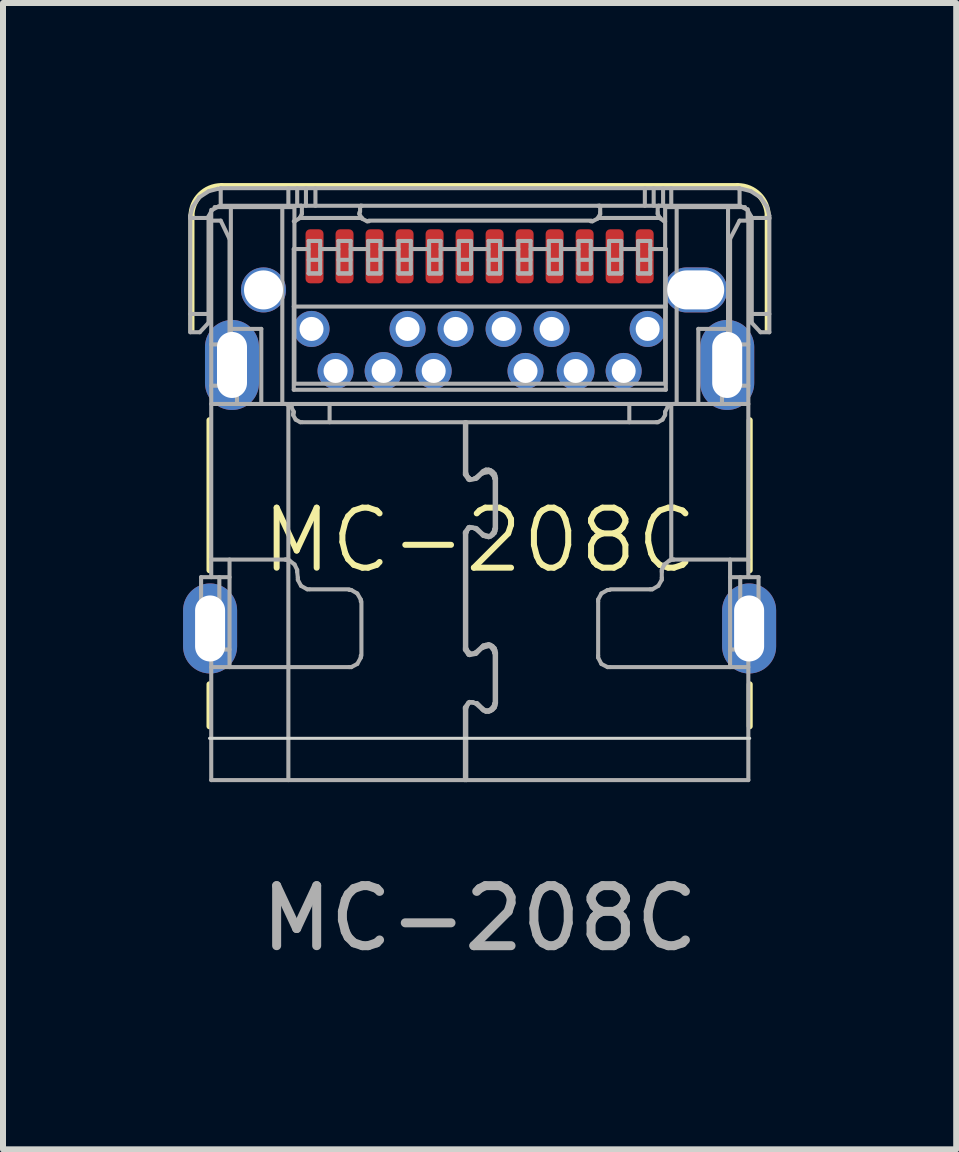
<source format=kicad_pcb>
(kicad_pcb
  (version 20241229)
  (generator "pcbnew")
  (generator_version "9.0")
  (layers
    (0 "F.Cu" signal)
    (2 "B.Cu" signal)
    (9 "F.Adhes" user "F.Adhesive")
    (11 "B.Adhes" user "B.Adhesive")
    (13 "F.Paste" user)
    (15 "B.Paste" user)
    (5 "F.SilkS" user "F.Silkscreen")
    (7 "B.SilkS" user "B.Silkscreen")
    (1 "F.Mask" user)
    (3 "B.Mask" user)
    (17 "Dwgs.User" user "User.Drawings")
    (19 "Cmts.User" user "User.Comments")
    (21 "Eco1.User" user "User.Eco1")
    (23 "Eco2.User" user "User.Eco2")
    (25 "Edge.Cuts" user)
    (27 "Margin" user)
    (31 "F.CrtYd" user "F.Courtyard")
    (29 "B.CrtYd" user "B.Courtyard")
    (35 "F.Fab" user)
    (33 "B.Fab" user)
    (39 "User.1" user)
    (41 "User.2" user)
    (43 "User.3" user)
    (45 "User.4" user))
  (footprint "MC-208C"
    (layer "F.Cu")
    (at 4.94 9.95)
    (property "Reference" "MC-208C" (at 0 -4 0) (unlocked yes) (layer "F.SilkS") (effects (font (size 1 1) (thickness 0.1))))
    (attr smd)
    (fp_line (start -4.8 -7.5) (end -4.8 -9.4) (stroke (width 0.1) (type default)) (layer "F.SilkS"))
    (fp_line (start -4.5 -6) (end -4.5 -3.5) (stroke (width 0.1) (type default)) (layer "F.SilkS"))
    (fp_line (start -4.5 -1.6) (end -4.5 -0.9) (stroke (width 0.1) (type default)) (layer "F.SilkS"))
    (fp_line (start -4.3 -9.9) (end 4.3 -9.9) (stroke (width 0.1) (type default)) (layer "F.SilkS"))
    (fp_line (start 4.5 -6) (end 4.5 -3.5) (stroke (width 0.1) (type default)) (layer "F.SilkS"))
    (fp_line (start 4.5 -1.6) (end 4.5 -0.9) (stroke (width 0.1) (type default)) (layer "F.SilkS"))
    (fp_line (start 4.8 -7.5) (end 4.8 -9.4) (stroke (width 0.1) (type default)) (layer "F.SilkS"))
    (fp_arc (start -4.8 -9.4) (mid -4.653553 -9.753553) (end -4.3 -9.9) (stroke (width 0.1) (type default)) (layer "F.SilkS"))
    (fp_arc (start 4.3 -9.9) (mid 4.653553 -9.753553) (end 4.8 -9.4) (stroke (width 0.1) (type default)) (layer "F.SilkS"))
    (fp_line (start 4.5 -0.7) (end -4.5 -0.7) (stroke (width 0.05) (type default)) (layer "Edge.Cuts"))
    (fp_line (start -4.82 -9.369) (end -4.82 -7.465) (stroke (width 0.068) (type solid)) (layer "F.Fab"))
    (fp_line (start -4.82 -9.369) (end -4.516 -9.369) (stroke (width 0.068) (type solid)) (layer "F.Fab"))
    (fp_line (start -4.82 -9.358) (end -4.82 -9.407) (stroke (width 0.068) (type solid)) (layer "F.Fab"))
    (fp_line (start -4.82 -9.407) (end -4.781 -9.554) (stroke (width 0.068) (type solid)) (layer "F.Fab"))
    (fp_line (start -4.781 -9.554) (end -4.672 -9.712) (stroke (width 0.068) (type solid)) (layer "F.Fab"))
    (fp_line (start -4.672 -9.712) (end -4.511 -9.816) (stroke (width 0.068) (type solid)) (layer "F.Fab"))
    (fp_line (start -4.662 -7.465) (end -4.82 -7.465) (stroke (width 0.068) (type solid)) (layer "F.Fab"))
    (fp_line (start -4.662 -7.465) (end -4.516 -7.622) (stroke (width 0.068) (type solid)) (layer "F.Fab"))
    (fp_line (start -4.64 -3.385) (end -4.64 -2.179) (stroke (width 0.068) (type solid)) (layer "F.Fab"))
    (fp_line (start -4.64 -3.385) (end -4.166 -3.385) (stroke (width 0.068) (type solid)) (layer "F.Fab"))
    (fp_line (start -4.64 -2.179) (end -4.166 -2.179) (stroke (width 0.068) (type solid)) (layer "F.Fab"))
    (fp_line (start -4.516 -9.369) (end -4.516 -7.622) (stroke (width 0.068) (type solid)) (layer "F.Fab"))
    (fp_line (start -4.516 -9.358) (end -4.516 -9.394) (stroke (width 0.068) (type solid)) (layer "F.Fab"))
    (fp_line (start -4.516 -9.394) (end -4.457 -9.502) (stroke (width 0.068) (type solid)) (layer "F.Fab"))
    (fp_line (start -4.516 -7.769) (end -4.82 -7.769) (stroke (width 0.068) (type solid)) (layer "F.Fab"))
    (fp_line (start -4.511 -9.816) (end -4.363 -9.854) (stroke (width 0.068) (type solid)) (layer "F.Fab"))
    (fp_line (start -4.471 -6.574) (end -4.279 -6.574) (stroke (width 0.068) (type solid)) (layer "F.Fab"))
    (fp_line (start -4.471 -0.004) (end -4.471 -2.179) (stroke (width 0.068) (type solid)) (layer "F.Fab"))
    (fp_line (start -4.471 -0.004) (end -0.245 -0.004) (stroke (width 0.068) (type solid)) (layer "F.Fab"))
    (fp_line (start -4.471 -9.324) (end -4.471 -3.385) (stroke (width 0.068) (type solid)) (layer "F.Fab"))
    (fp_line (start -4.471 -9.324) (end -4.313 -9.324) (stroke (width 0.068) (type solid)) (layer "F.Fab"))
    (fp_line (start -4.471 -1.886) (end -2.172 -1.886) (stroke (width 0.068) (type solid)) (layer "F.Fab"))
    (fp_line (start -4.471 -9.504) (end -4.471 -9.324) (stroke (width 0.068) (type solid)) (layer "F.Fab"))
    (fp_line (start -4.471 -6.27) (end -3.716 -6.27) (stroke (width 0.068) (type solid)) (layer "F.Fab"))
    (fp_line (start -4.471 -3.678) (end -3.231 -3.678) (stroke (width 0.068) (type solid)) (layer "F.Fab"))
    (fp_line (start -4.457 -9.502) (end -4.349 -9.561) (stroke (width 0.068) (type solid)) (layer "F.Fab"))
    (fp_line (start -4.414 -9.55) (end -3.085 -9.55) (stroke (width 0.068) (type solid)) (layer "F.Fab"))
    (fp_line (start -4.363 -9.854) (end -4.313 -9.854) (stroke (width 0.068) (type solid)) (layer "F.Fab"))
    (fp_line (start -4.349 -9.561) (end -4.313 -9.561) (stroke (width 0.068) (type solid)) (layer "F.Fab"))
    (fp_line (start -4.336 -3.385) (end -4.336 -2.179) (stroke (width 0.068) (type solid)) (layer "F.Fab"))
    (fp_line (start -4.313 -9.324) (end -4.166 -9.02) (stroke (width 0.068) (type solid)) (layer "F.Fab"))
    (fp_line (start -4.313 -9.865) (end -4.313 -9.572) (stroke (width 0.068) (type solid)) (layer "F.Fab"))
    (fp_line (start -4.313 -9.865) (end 4.331 -9.865) (stroke (width 0.068) (type solid)) (layer "F.Fab"))
    (fp_line (start -4.313 -9.572) (end 4.331 -9.572) (stroke (width 0.068) (type solid)) (layer "F.Fab"))
    (fp_line (start -4.279 -7.127) (end -3.975 -7.127) (stroke (width 0.068) (type solid)) (layer "F.Fab"))
    (fp_line (start -4.279 -6.721) (end -3.975 -6.721) (stroke (width 0.068) (type solid)) (layer "F.Fab"))
    (fp_line (start -4.279 -7.262) (end -4.471 -7.262) (stroke (width 0.068) (type solid)) (layer "F.Fab"))
    (fp_line (start -4.279 -7.262) (end -4.279 -6.574) (stroke (width 0.068) (type solid)) (layer "F.Fab"))
    (fp_line (start -4.279 -6.574) (end -3.975 -6.574) (stroke (width 0.068) (type solid)) (layer "F.Fab"))
    (fp_line (start -4.166 -1.886) (end -4.166 -3.678) (stroke (width 0.068) (type solid)) (layer "F.Fab"))
    (fp_line (start -4.166 -7.262) (end -4.166 -9.02) (stroke (width 0.068) (type solid)) (layer "F.Fab"))
    (fp_line (start -4.144 -9.55) (end -4.144 -7.262) (stroke (width 0.068) (type solid)) (layer "F.Fab"))
    (fp_line (start -4.144 -7.521) (end -3.637 -7.521) (stroke (width 0.068) (type solid)) (layer "F.Fab"))
    (fp_line (start -4.042 -6.27) (end -4.042 -6.574) (stroke (width 0.068) (type solid)) (layer "F.Fab"))
    (fp_line (start -3.975 -7.262) (end -4.279 -7.262) (stroke (width 0.068) (type solid)) (layer "F.Fab"))
    (fp_line (start -3.975 -7.262) (end -3.975 -6.574) (stroke (width 0.068) (type solid)) (layer "F.Fab"))
    (fp_line (start -3.738 -8.175) (end -3.738 -8.197) (stroke (width 0.068) (type solid)) (layer "F.Fab"))
    (fp_line (start -3.738 -8.15) (end -3.738 -8.175) (stroke (width 0.068) (type solid)) (layer "F.Fab"))
    (fp_line (start -3.738 -8.197) (end -3.702 -8.262) (stroke (width 0.068) (type solid)) (layer "F.Fab"))
    (fp_line (start -3.716 -6.27) (end -3.287 -6.27) (stroke (width 0.068) (type solid)) (layer "F.Fab"))
    (fp_line (start -3.702 -8.262) (end -3.636 -8.299) (stroke (width 0.068) (type solid)) (layer "F.Fab"))
    (fp_line (start -3.702 -8.077) (end -3.738 -8.15) (stroke (width 0.068) (type solid)) (layer "F.Fab"))
    (fp_line (start -3.637 -6.27) (end -3.637 -7.521) (stroke (width 0.068) (type solid)) (layer "F.Fab"))
    (fp_line (start -3.636 -8.299) (end -3.614 -8.299) (stroke (width 0.068) (type solid)) (layer "F.Fab"))
    (fp_line (start -3.636 -8.04) (end -3.702 -8.077) (stroke (width 0.068) (type solid)) (layer "F.Fab"))
    (fp_line (start -3.614 -8.299) (end -3.59 -8.299) (stroke (width 0.068) (type solid)) (layer "F.Fab"))
    (fp_line (start -3.614 -8.04) (end -3.636 -8.04) (stroke (width 0.068) (type solid)) (layer "F.Fab"))
    (fp_line (start -3.59 -8.04) (end -3.614 -8.04) (stroke (width 0.068) (type solid)) (layer "F.Fab"))
    (fp_line (start -3.59 -8.299) (end -3.517 -8.262) (stroke (width 0.068) (type solid)) (layer "F.Fab"))
    (fp_line (start -3.517 -8.262) (end -3.479 -8.197) (stroke (width 0.068) (type solid)) (layer "F.Fab"))
    (fp_line (start -3.517 -8.077) (end -3.59 -8.04) (stroke (width 0.068) (type solid)) (layer "F.Fab"))
    (fp_line (start -3.479 -8.197) (end -3.479 -8.175) (stroke (width 0.068) (type solid)) (layer "F.Fab"))
    (fp_line (start -3.479 -8.175) (end -3.479 -8.15) (stroke (width 0.068) (type solid)) (layer "F.Fab"))
    (fp_line (start -3.479 -8.15) (end -3.517 -8.077) (stroke (width 0.068) (type solid)) (layer "F.Fab"))
    (fp_line (start -3.287 -9.55) (end -3.287 -6.27) (stroke (width 0.068) (type solid)) (layer "F.Fab"))
    (fp_line (start -3.287 -6.27) (end -3.242 -6.27) (stroke (width 0.068) (type solid)) (layer "F.Fab"))
    (fp_line (start -3.254 -6.27) (end -3.226 -6.27) (stroke (width 0.068) (type solid)) (layer "F.Fab"))
    (fp_line (start -3.242 -6.27) (end 3.249 -6.27) (stroke (width 0.068) (type solid)) (layer "F.Fab"))
    (fp_line (start -3.242 -3.678) (end -3.228 -3.678) (stroke (width 0.068) (type solid)) (layer "F.Fab"))
    (fp_line (start -3.228 -3.678) (end -3.192 -3.67) (stroke (width 0.068) (type solid)) (layer "F.Fab"))
    (fp_line (start -3.226 -6.27) (end -3.141 -6.225) (stroke (width 0.068) (type solid)) (layer "F.Fab"))
    (fp_line (start -3.192 -3.67) (end -3.186 -3.667) (stroke (width 0.068) (type solid)) (layer "F.Fab"))
    (fp_line (start -3.186 -1.886) (end -3.186 -3.678) (stroke (width 0.068) (type solid)) (layer "F.Fab"))
    (fp_line (start -3.186 -0.004) (end -3.186 -1.886) (stroke (width 0.068) (type solid)) (layer "F.Fab"))
    (fp_line (start -3.186 -9.865) (end -3.186 -9.572) (stroke (width 0.068) (type solid)) (layer "F.Fab"))
    (fp_line (start -3.186 -3.678) (end -3.186 -6.259) (stroke (width 0.068) (type solid)) (layer "F.Fab"))
    (fp_line (start -3.186 -3.667) (end -3.167 -3.661) (stroke (width 0.068) (type solid)) (layer "F.Fab"))
    (fp_line (start -3.167 -3.661) (end -3.083 -3.596) (stroke (width 0.068) (type solid)) (layer "F.Fab"))
    (fp_line (start -3.141 -6.225) (end -3.096 -6.14) (stroke (width 0.068) (type solid)) (layer "F.Fab"))
    (fp_line (start -3.13 -6.27) (end -3.13 -6.225) (stroke (width 0.068) (type solid)) (layer "F.Fab"))
    (fp_line (start -3.107 -6.087) (end -3.107 -6.112) (stroke (width 0.068) (type solid)) (layer "F.Fab"))
    (fp_line (start -3.096 -8.851) (end -2.848 -8.851) (stroke (width 0.068) (type solid)) (layer "F.Fab"))
    (fp_line (start -3.096 -6.507) (end -3.096 -8.851) (stroke (width 0.068) (type solid)) (layer "F.Fab"))
    (fp_line (start -3.096 -6.14) (end -3.096 -6.112) (stroke (width 0.068) (type solid)) (layer "F.Fab"))
    (fp_line (start -3.085 -9.55) (end -3.085 -6.608) (stroke (width 0.068) (type solid)) (layer "F.Fab"))
    (fp_line (start -3.083 -3.596) (end -3.039 -3.505) (stroke (width 0.068) (type solid)) (layer "F.Fab"))
    (fp_line (start -3.076 -9.315) (end -3.096 -9.313) (stroke (width 0.068) (type solid)) (layer "F.Fab"))
    (fp_line (start -3.064 -6.009) (end -3.107 -6.087) (stroke (width 0.068) (type solid)) (layer "F.Fab"))
    (fp_line (start -3.039 -3.505) (end -3.039 -3.475) (stroke (width 0.068) (type solid)) (layer "F.Fab"))
    (fp_line (start -3.039 -9.572) (end -3.039 -9.865) (stroke (width 0.068) (type solid)) (layer "F.Fab"))
    (fp_line (start -3.028 -3.374) (end -3.039 -3.475) (stroke (width 0.068) (type solid)) (layer "F.Fab"))
    (fp_line (start -3.028 -3.34) (end -3.028 -3.374) (stroke (width 0.068) (type solid)) (layer "F.Fab"))
    (fp_line (start -2.999 -9.365) (end -3.076 -9.315) (stroke (width 0.068) (type solid)) (layer "F.Fab"))
    (fp_line (start -2.994 -9.369) (end -1.958 -9.369) (stroke (width 0.068) (type solid)) (layer "F.Fab"))
    (fp_line (start -2.987 -5.966) (end -3.064 -6.009) (stroke (width 0.068) (type solid)) (layer "F.Fab"))
    (fp_line (start -2.975 -3.24) (end -3.028 -3.34) (stroke (width 0.068) (type solid)) (layer "F.Fab"))
    (fp_line (start -2.972 -9.572) (end -2.994 -9.572) (stroke (width 0.068) (type solid)) (layer "F.Fab"))
    (fp_line (start -2.961 -9.561) (end -2.972 -9.572) (stroke (width 0.068) (type solid)) (layer "F.Fab"))
    (fp_line (start -2.961 -9.55) (end -2.961 -9.561) (stroke (width 0.068) (type solid)) (layer "F.Fab"))
    (fp_line (start -2.961 -9.55) (end -2.961 -9.471) (stroke (width 0.068) (type solid)) (layer "F.Fab"))
    (fp_line (start -2.961 -9.46) (end -2.961 -9.436) (stroke (width 0.068) (type solid)) (layer "F.Fab"))
    (fp_line (start -2.961 -9.436) (end -2.999 -9.365) (stroke (width 0.068) (type solid)) (layer "F.Fab"))
    (fp_line (start -2.961 -5.966) (end -2.987 -5.966) (stroke (width 0.068) (type solid)) (layer "F.Fab"))
    (fp_line (start -2.95 -5.966) (end -0.245 -5.966) (stroke (width 0.068) (type solid)) (layer "F.Fab"))
    (fp_line (start -2.893 -9.572) (end -2.893 -9.865) (stroke (width 0.068) (type solid)) (layer "F.Fab"))
    (fp_line (start -2.893 -7.577) (end -2.893 -7.453) (stroke (width 0.068) (type solid)) (layer "F.Fab"))
    (fp_line (start -2.893 -7.577) (end -2.702 -7.577) (stroke (width 0.068) (type solid)) (layer "F.Fab"))
    (fp_line (start -2.871 -3.182) (end -2.975 -3.24) (stroke (width 0.068) (type solid)) (layer "F.Fab"))
    (fp_line (start -2.848 -8.671) (end -2.656 -8.671) (stroke (width 0.068) (type solid)) (layer "F.Fab"))
    (fp_line (start -2.848 -8.986) (end -2.848 -8.445) (stroke (width 0.068) (type solid)) (layer "F.Fab"))
    (fp_line (start -2.848 -8.986) (end -2.656 -8.986) (stroke (width 0.068) (type solid)) (layer "F.Fab"))
    (fp_line (start -2.837 -3.182) (end -2.871 -3.182) (stroke (width 0.068) (type solid)) (layer "F.Fab"))
    (fp_line (start -2.735 -9.865) (end -2.735 -9.572) (stroke (width 0.068) (type solid)) (layer "F.Fab"))
    (fp_line (start -2.702 -7.577) (end -2.702 -7.453) (stroke (width 0.068) (type solid)) (layer "F.Fab"))
    (fp_line (start -2.702 -7.453) (end -2.893 -7.453) (stroke (width 0.068) (type solid)) (layer "F.Fab"))
    (fp_line (start -2.656 -8.986) (end -2.656 -8.445) (stroke (width 0.068) (type solid)) (layer "F.Fab"))
    (fp_line (start -2.656 -8.851) (end -2.352 -8.851) (stroke (width 0.068) (type solid)) (layer "F.Fab"))
    (fp_line (start -2.656 -8.445) (end -2.848 -8.445) (stroke (width 0.068) (type solid)) (layer "F.Fab"))
    (fp_line (start -2.656 -8.445) (end -2.848 -8.445) (stroke (width 0.068) (type solid)) (layer "F.Fab"))
    (fp_line (start -2.499 -6.879) (end -2.499 -6.755) (stroke (width 0.068) (type solid)) (layer "F.Fab"))
    (fp_line (start -2.499 -6.879) (end -2.307 -6.879) (stroke (width 0.068) (type solid)) (layer "F.Fab"))
    (fp_line (start -2.499 -6.27) (end -2.499 -5.966) (stroke (width 0.068) (type solid)) (layer "F.Fab"))
    (fp_line (start -2.352 -8.671) (end -2.149 -8.671) (stroke (width 0.068) (type solid)) (layer "F.Fab"))
    (fp_line (start -2.352 -8.986) (end -2.352 -8.445) (stroke (width 0.068) (type solid)) (layer "F.Fab"))
    (fp_line (start -2.352 -8.986) (end -2.149 -8.986) (stroke (width 0.068) (type solid)) (layer "F.Fab"))
    (fp_line (start -2.307 -6.879) (end -2.307 -6.755) (stroke (width 0.068) (type solid)) (layer "F.Fab"))
    (fp_line (start -2.307 -6.755) (end -2.499 -6.755) (stroke (width 0.068) (type solid)) (layer "F.Fab"))
    (fp_line (start -2.172 -3.171) (end -2.138 -3.171) (stroke (width 0.068) (type solid)) (layer "F.Fab"))
    (fp_line (start -2.172 -3.182) (end -2.826 -3.182) (stroke (width 0.068) (type solid)) (layer "F.Fab"))
    (fp_line (start -2.149 -8.851) (end -1.856 -8.851) (stroke (width 0.068) (type solid)) (layer "F.Fab"))
    (fp_line (start -2.149 -8.986) (end -2.149 -8.445) (stroke (width 0.068) (type solid)) (layer "F.Fab"))
    (fp_line (start -2.149 -8.445) (end -2.352 -8.445) (stroke (width 0.068) (type solid)) (layer "F.Fab"))
    (fp_line (start -2.149 -8.445) (end -2.352 -8.445) (stroke (width 0.068) (type solid)) (layer "F.Fab"))
    (fp_line (start -2.138 -1.886) (end -2.172 -1.886) (stroke (width 0.068) (type solid)) (layer "F.Fab"))
    (fp_line (start -2.138 -3.171) (end -2.038 -3.113) (stroke (width 0.068) (type solid)) (layer "F.Fab"))
    (fp_line (start -2.038 -3.113) (end -1.98 -3.013) (stroke (width 0.068) (type solid)) (layer "F.Fab"))
    (fp_line (start -2.038 -1.939) (end -2.138 -1.886) (stroke (width 0.068) (type solid)) (layer "F.Fab"))
    (fp_line (start -2.003 -9.434) (end -2.003 -9.46) (stroke (width 0.068) (type solid)) (layer "F.Fab"))
    (fp_line (start -1.991 -9.561) (end -1.991 -9.55) (stroke (width 0.068) (type solid)) (layer "F.Fab"))
    (fp_line (start -1.991 -9.55) (end -1.991 -9.471) (stroke (width 0.068) (type solid)) (layer "F.Fab"))
    (fp_line (start -1.98 -3.013) (end -1.98 -2.98) (stroke (width 0.068) (type solid)) (layer "F.Fab"))
    (fp_line (start -1.98 -9.572) (end -1.991 -9.561) (stroke (width 0.068) (type solid)) (layer "F.Fab"))
    (fp_line (start -1.98 -2.078) (end -1.98 -2.043) (stroke (width 0.068) (type solid)) (layer "F.Fab"))
    (fp_line (start -1.98 -2.043) (end -2.038 -1.939) (stroke (width 0.068) (type solid)) (layer "F.Fab"))
    (fp_line (start -1.969 -2.078) (end -1.969 -2.98) (stroke (width 0.068) (type solid)) (layer "F.Fab"))
    (fp_line (start -1.958 -9.357) (end -2.003 -9.434) (stroke (width 0.068) (type solid)) (layer "F.Fab"))
    (fp_line (start -1.958 -9.572) (end -1.98 -9.572) (stroke (width 0.068) (type solid)) (layer "F.Fab"))
    (fp_line (start -1.873 -9.313) (end -1.958 -9.357) (stroke (width 0.068) (type solid)) (layer "F.Fab"))
    (fp_line (start -1.856 -8.671) (end -1.653 -8.671) (stroke (width 0.068) (type solid)) (layer "F.Fab"))
    (fp_line (start -1.856 -8.986) (end -1.856 -8.445) (stroke (width 0.068) (type solid)) (layer "F.Fab"))
    (fp_line (start -1.856 -8.986) (end -1.653 -8.986) (stroke (width 0.068) (type solid)) (layer "F.Fab"))
    (fp_line (start -1.845 -9.313) (end -1.873 -9.313) (stroke (width 0.068) (type solid)) (layer "F.Fab"))
    (fp_line (start -1.699 -6.879) (end -1.699 -6.755) (stroke (width 0.068) (type solid)) (layer "F.Fab"))
    (fp_line (start -1.699 -6.879) (end -1.496 -6.879) (stroke (width 0.068) (type solid)) (layer "F.Fab"))
    (fp_line (start -1.653 -8.986) (end -1.653 -8.445) (stroke (width 0.068) (type solid)) (layer "F.Fab"))
    (fp_line (start -1.653 -8.851) (end -1.349 -8.851) (stroke (width 0.068) (type solid)) (layer "F.Fab"))
    (fp_line (start -1.653 -8.445) (end -1.856 -8.445) (stroke (width 0.068) (type solid)) (layer "F.Fab"))
    (fp_line (start -1.653 -8.445) (end -1.856 -8.445) (stroke (width 0.068) (type solid)) (layer "F.Fab"))
    (fp_line (start -1.496 -6.755) (end -1.699 -6.755) (stroke (width 0.068) (type solid)) (layer "F.Fab"))
    (fp_line (start -1.496 -6.879) (end -1.496 -6.755) (stroke (width 0.068) (type solid)) (layer "F.Fab"))
    (fp_line (start -1.349 -8.671) (end -1.146 -8.671) (stroke (width 0.068) (type solid)) (layer "F.Fab"))
    (fp_line (start -1.349 -8.986) (end -1.349 -8.445) (stroke (width 0.068) (type solid)) (layer "F.Fab"))
    (fp_line (start -1.349 -8.986) (end -1.146 -8.986) (stroke (width 0.068) (type solid)) (layer "F.Fab"))
    (fp_line (start -1.304 -7.577) (end -1.304 -7.453) (stroke (width 0.068) (type solid)) (layer "F.Fab"))
    (fp_line (start -1.304 -7.577) (end -1.101 -7.577) (stroke (width 0.068) (type solid)) (layer "F.Fab"))
    (fp_line (start -1.146 -8.986) (end -1.146 -8.445) (stroke (width 0.068) (type solid)) (layer "F.Fab"))
    (fp_line (start -1.146 -8.851) (end -0.842 -8.851) (stroke (width 0.068) (type solid)) (layer "F.Fab"))
    (fp_line (start -1.146 -8.445) (end -1.349 -8.445) (stroke (width 0.068) (type solid)) (layer "F.Fab"))
    (fp_line (start -1.146 -8.445) (end -1.349 -8.445) (stroke (width 0.068) (type solid)) (layer "F.Fab"))
    (fp_line (start -1.101 -7.453) (end -1.304 -7.453) (stroke (width 0.068) (type solid)) (layer "F.Fab"))
    (fp_line (start -1.101 -7.577) (end -1.101 -7.453) (stroke (width 0.068) (type solid)) (layer "F.Fab"))
    (fp_line (start -0.898 -6.879) (end -0.898 -6.755) (stroke (width 0.068) (type solid)) (layer "F.Fab"))
    (fp_line (start -0.898 -6.879) (end -0.696 -6.879) (stroke (width 0.068) (type solid)) (layer "F.Fab"))
    (fp_line (start -0.842 -8.671) (end -0.65 -8.671) (stroke (width 0.068) (type solid)) (layer "F.Fab"))
    (fp_line (start -0.842 -8.986) (end -0.842 -8.445) (stroke (width 0.068) (type solid)) (layer "F.Fab"))
    (fp_line (start -0.842 -8.986) (end -0.65 -8.986) (stroke (width 0.068) (type solid)) (layer "F.Fab"))
    (fp_line (start -0.696 -6.755) (end -0.898 -6.755) (stroke (width 0.068) (type solid)) (layer "F.Fab"))
    (fp_line (start -0.696 -6.879) (end -0.696 -6.755) (stroke (width 0.068) (type solid)) (layer "F.Fab"))
    (fp_line (start -0.65 -8.986) (end -0.65 -8.445) (stroke (width 0.068) (type solid)) (layer "F.Fab"))
    (fp_line (start -0.65 -8.851) (end -0.346 -8.851) (stroke (width 0.068) (type solid)) (layer "F.Fab"))
    (fp_line (start -0.65 -8.445) (end -0.842 -8.445) (stroke (width 0.068) (type solid)) (layer "F.Fab"))
    (fp_line (start -0.65 -8.445) (end -0.842 -8.445) (stroke (width 0.068) (type solid)) (layer "F.Fab"))
    (fp_line (start -0.493 -7.577) (end -0.493 -7.453) (stroke (width 0.068) (type solid)) (layer "F.Fab"))
    (fp_line (start -0.493 -7.577) (end -0.29 -7.577) (stroke (width 0.068) (type solid)) (layer "F.Fab"))
    (fp_line (start -0.346 -8.671) (end -0.143 -8.671) (stroke (width 0.068) (type solid)) (layer "F.Fab"))
    (fp_line (start -0.346 -8.986) (end -0.346 -8.445) (stroke (width 0.068) (type solid)) (layer "F.Fab"))
    (fp_line (start -0.346 -8.986) (end -0.143 -8.986) (stroke (width 0.068) (type solid)) (layer "F.Fab"))
    (fp_line (start -0.29 -7.453) (end -0.493 -7.453) (stroke (width 0.068) (type solid)) (layer "F.Fab"))
    (fp_line (start -0.29 -7.577) (end -0.29 -7.453) (stroke (width 0.068) (type solid)) (layer "F.Fab"))
    (fp_line (start -0.245 -4.134) (end -0.188 -4.213) (stroke (width 0.068) (type solid)) (layer "F.Fab"))
    (fp_line (start -0.245 -4.107) (end -0.245 -4.134) (stroke (width 0.068) (type solid)) (layer "F.Fab"))
    (fp_line (start -0.245 -2.202) (end -0.245 -4.118) (stroke (width 0.068) (type solid)) (layer "F.Fab"))
    (fp_line (start -0.245 -2.175) (end -0.245 -2.202) (stroke (width 0.068) (type solid)) (layer "F.Fab"))
    (fp_line (start -0.245 -1.188) (end -0.245 -1.215) (stroke (width 0.068) (type solid)) (layer "F.Fab"))
    (fp_line (start -0.245 -5.966) (end -0.245 -5.121) (stroke (width 0.068) (type solid)) (layer "F.Fab"))
    (fp_line (start -0.245 -5.094) (end -0.245 -5.121) (stroke (width 0.068) (type solid)) (layer "F.Fab"))
    (fp_line (start -0.245 -1.215) (end -0.188 -1.294) (stroke (width 0.068) (type solid)) (layer "F.Fab"))
    (fp_line (start -0.245 -0.004) (end -0.245 -1.199) (stroke (width 0.068) (type solid)) (layer "F.Fab"))
    (fp_line (start -0.245 -0.004) (end -0.222 -0.004) (stroke (width 0.068) (type solid)) (layer "F.Fab"))
    (fp_line (start -0.222 -5.966) (end -0.222 -5.121) (stroke (width 0.068) (type solid)) (layer "F.Fab"))
    (fp_line (start -0.222 -5.966) (end 2.945 -5.966) (stroke (width 0.068) (type solid)) (layer "F.Fab"))
    (fp_line (start -0.222 -4.118) (end -0.222 -2.202) (stroke (width 0.068) (type solid)) (layer "F.Fab"))
    (fp_line (start -0.222 -4.118) (end -0.211 -4.14) (stroke (width 0.068) (type solid)) (layer "F.Fab"))
    (fp_line (start -0.222 -0.004) (end -0.222 -1.199) (stroke (width 0.068) (type solid)) (layer "F.Fab"))
    (fp_line (start -0.222 -0.004) (end 4.477 -0.004) (stroke (width 0.068) (type solid)) (layer "F.Fab"))
    (fp_line (start -0.222 -1.199) (end -0.211 -1.233) (stroke (width 0.068) (type solid)) (layer "F.Fab"))
    (fp_line (start -0.211 -5.087) (end -0.222 -5.121) (stroke (width 0.068) (type solid)) (layer "F.Fab"))
    (fp_line (start -0.211 -4.14) (end -0.2 -4.174) (stroke (width 0.068) (type solid)) (layer "F.Fab"))
    (fp_line (start -0.211 -2.179) (end -0.222 -2.202) (stroke (width 0.068) (type solid)) (layer "F.Fab"))
    (fp_line (start -0.211 -1.233) (end -0.2 -1.255) (stroke (width 0.068) (type solid)) (layer "F.Fab"))
    (fp_line (start -0.2 -2.157) (end -0.211 -2.179) (stroke (width 0.068) (type solid)) (layer "F.Fab"))
    (fp_line (start -0.2 -5.064) (end -0.211 -5.087) (stroke (width 0.068) (type solid)) (layer "F.Fab"))
    (fp_line (start -0.2 -1.255) (end -0.188 -1.278) (stroke (width 0.068) (type solid)) (layer "F.Fab"))
    (fp_line (start -0.2 -4.174) (end -0.188 -4.185) (stroke (width 0.068) (type solid)) (layer "F.Fab"))
    (fp_line (start -0.188 -4.185) (end -0.154 -4.208) (stroke (width 0.068) (type solid)) (layer "F.Fab"))
    (fp_line (start -0.188 -1.294) (end -0.177 -1.3) (stroke (width 0.068) (type solid)) (layer "F.Fab"))
    (fp_line (start -0.188 -1.278) (end -0.154 -1.3) (stroke (width 0.068) (type solid)) (layer "F.Fab"))
    (fp_line (start -0.188 -2.095) (end -0.245 -2.175) (stroke (width 0.068) (type solid)) (layer "F.Fab"))
    (fp_line (start -0.188 -5.013) (end -0.245 -5.094) (stroke (width 0.068) (type solid)) (layer "F.Fab"))
    (fp_line (start -0.188 -4.213) (end -0.177 -4.219) (stroke (width 0.068) (type solid)) (layer "F.Fab"))
    (fp_line (start -0.177 -5.008) (end -0.188 -5.013) (stroke (width 0.068) (type solid)) (layer "F.Fab"))
    (fp_line (start -0.177 -2.089) (end -0.188 -2.095) (stroke (width 0.068) (type solid)) (layer "F.Fab"))
    (fp_line (start -0.177 -1.3) (end -0.166 -1.306) (stroke (width 0.068) (type solid)) (layer "F.Fab"))
    (fp_line (start -0.177 -5.042) (end -0.2 -5.064) (stroke (width 0.068) (type solid)) (layer "F.Fab"))
    (fp_line (start -0.177 -4.219) (end -0.166 -4.222) (stroke (width 0.068) (type solid)) (layer "F.Fab"))
    (fp_line (start -0.177 -2.134) (end -0.2 -2.157) (stroke (width 0.068) (type solid)) (layer "F.Fab"))
    (fp_line (start -0.166 -5.002) (end -0.177 -5.008) (stroke (width 0.068) (type solid)) (layer "F.Fab"))
    (fp_line (start -0.166 -4.222) (end -0.062 -4.205) (stroke (width 0.068) (type solid)) (layer "F.Fab"))
    (fp_line (start -0.166 -1.306) (end -0.062 -1.286) (stroke (width 0.068) (type solid)) (layer "F.Fab"))
    (fp_line (start -0.166 -2.086) (end -0.177 -2.089) (stroke (width 0.068) (type solid)) (layer "F.Fab"))
    (fp_line (start -0.154 -4.208) (end -0.132 -4.208) (stroke (width 0.068) (type solid)) (layer "F.Fab"))
    (fp_line (start -0.154 -2.112) (end -0.177 -2.134) (stroke (width 0.068) (type solid)) (layer "F.Fab"))
    (fp_line (start -0.154 -1.3) (end -0.132 -1.3) (stroke (width 0.068) (type solid)) (layer "F.Fab"))
    (fp_line (start -0.154 -5.019) (end -0.177 -5.042) (stroke (width 0.068) (type solid)) (layer "F.Fab"))
    (fp_line (start -0.143 -8.986) (end -0.143 -8.445) (stroke (width 0.068) (type solid)) (layer "F.Fab"))
    (fp_line (start -0.143 -8.851) (end 0.15 -8.851) (stroke (width 0.068) (type solid)) (layer "F.Fab"))
    (fp_line (start -0.143 -8.445) (end -0.346 -8.445) (stroke (width 0.068) (type solid)) (layer "F.Fab"))
    (fp_line (start -0.143 -8.445) (end -0.346 -8.445) (stroke (width 0.068) (type solid)) (layer "F.Fab"))
    (fp_line (start -0.132 -5.019) (end -0.154 -5.019) (stroke (width 0.068) (type solid)) (layer "F.Fab"))
    (fp_line (start -0.132 -4.208) (end -0.109 -4.208) (stroke (width 0.068) (type solid)) (layer "F.Fab"))
    (fp_line (start -0.132 -2.112) (end -0.154 -2.112) (stroke (width 0.068) (type solid)) (layer "F.Fab"))
    (fp_line (start -0.132 -1.3) (end -0.109 -1.3) (stroke (width 0.068) (type solid)) (layer "F.Fab"))
    (fp_line (start -0.109 -2.112) (end -0.132 -2.112) (stroke (width 0.068) (type solid)) (layer "F.Fab"))
    (fp_line (start -0.109 -5.019) (end -0.132 -5.019) (stroke (width 0.068) (type solid)) (layer "F.Fab"))
    (fp_line (start -0.109 -4.208) (end -0.087 -4.196) (stroke (width 0.068) (type solid)) (layer "F.Fab"))
    (fp_line (start -0.109 -1.3) (end -0.087 -1.289) (stroke (width 0.068) (type solid)) (layer "F.Fab"))
    (fp_line (start -0.087 -2.123) (end -0.109 -2.112) (stroke (width 0.068) (type solid)) (layer "F.Fab"))
    (fp_line (start -0.087 -5.031) (end -0.109 -5.019) (stroke (width 0.068) (type solid)) (layer "F.Fab"))
    (fp_line (start -0.087 -4.196) (end -0.064 -4.185) (stroke (width 0.068) (type solid)) (layer "F.Fab"))
    (fp_line (start -0.087 -1.289) (end -0.064 -1.278) (stroke (width 0.068) (type solid)) (layer "F.Fab"))
    (fp_line (start -0.064 -2.134) (end -0.087 -2.123) (stroke (width 0.068) (type solid)) (layer "F.Fab"))
    (fp_line (start -0.064 -2.134) (end 0.037 -2.224) (stroke (width 0.068) (type solid)) (layer "F.Fab"))
    (fp_line (start -0.064 -5.042) (end -0.087 -5.031) (stroke (width 0.068) (type solid)) (layer "F.Fab"))
    (fp_line (start -0.064 -5.042) (end 0.037 -5.132) (stroke (width 0.068) (type solid)) (layer "F.Fab"))
    (fp_line (start -0.062 -2.106) (end -0.166 -2.086) (stroke (width 0.068) (type solid)) (layer "F.Fab"))
    (fp_line (start -0.062 -5.022) (end -0.166 -5.002) (stroke (width 0.068) (type solid)) (layer "F.Fab"))
    (fp_line (start -0.062 -4.205) (end -0.053 -4.196) (stroke (width 0.068) (type solid)) (layer "F.Fab"))
    (fp_line (start -0.062 -1.286) (end -0.053 -1.278) (stroke (width 0.068) (type solid)) (layer "F.Fab"))
    (fp_line (start -0.053 -5.031) (end -0.062 -5.022) (stroke (width 0.068) (type solid)) (layer "F.Fab"))
    (fp_line (start -0.053 -2.112) (end -0.062 -2.106) (stroke (width 0.068) (type solid)) (layer "F.Fab"))
    (fp_line (start -0.042 -1.289) (end 0.048 -1.199) (stroke (width 0.068) (type solid)) (layer "F.Fab"))
    (fp_line (start -0.042 -4.196) (end 0.048 -4.107) (stroke (width 0.068) (type solid)) (layer "F.Fab"))
    (fp_line (start 0.037 -4.095) (end -0.064 -4.185) (stroke (width 0.068) (type solid)) (layer "F.Fab"))
    (fp_line (start 0.037 -4.095) (end 0.06 -4.072) (stroke (width 0.068) (type solid)) (layer "F.Fab"))
    (fp_line (start 0.037 -1.188) (end -0.064 -1.278) (stroke (width 0.068) (type solid)) (layer "F.Fab"))
    (fp_line (start 0.037 -1.188) (end 0.06 -1.165) (stroke (width 0.068) (type solid)) (layer "F.Fab"))
    (fp_line (start 0.048 -2.213) (end -0.042 -2.123) (stroke (width 0.068) (type solid)) (layer "F.Fab"))
    (fp_line (start 0.048 -2.202) (end 0.057 -2.21) (stroke (width 0.068) (type solid)) (layer "F.Fab"))
    (fp_line (start 0.048 -5.121) (end -0.042 -5.031) (stroke (width 0.068) (type solid)) (layer "F.Fab"))
    (fp_line (start 0.048 -5.109) (end 0.057 -5.118) (stroke (width 0.068) (type solid)) (layer "F.Fab"))
    (fp_line (start 0.054 -1.19) (end 0.048 -1.199) (stroke (width 0.068) (type solid)) (layer "F.Fab"))
    (fp_line (start 0.057 -4.098) (end 0.048 -4.107) (stroke (width 0.068) (type solid)) (layer "F.Fab"))
    (fp_line (start 0.057 -5.118) (end 0.161 -5.137) (stroke (width 0.068) (type solid)) (layer "F.Fab"))
    (fp_line (start 0.057 -2.21) (end 0.161 -2.238) (stroke (width 0.068) (type solid)) (layer "F.Fab"))
    (fp_line (start 0.06 -4.072) (end 0.105 -4.061) (stroke (width 0.068) (type solid)) (layer "F.Fab"))
    (fp_line (start 0.06 -2.247) (end 0.037 -2.224) (stroke (width 0.068) (type solid)) (layer "F.Fab"))
    (fp_line (start 0.06 -1.165) (end 0.105 -1.142) (stroke (width 0.068) (type solid)) (layer "F.Fab"))
    (fp_line (start 0.06 -5.155) (end 0.037 -5.132) (stroke (width 0.068) (type solid)) (layer "F.Fab"))
    (fp_line (start 0.102 -1.166) (end 0.054 -1.19) (stroke (width 0.068) (type solid)) (layer "F.Fab"))
    (fp_line (start 0.105 -2.258) (end 0.06 -2.247) (stroke (width 0.068) (type solid)) (layer "F.Fab"))
    (fp_line (start 0.105 -1.142) (end 0.15 -1.142) (stroke (width 0.068) (type solid)) (layer "F.Fab"))
    (fp_line (start 0.105 -5.177) (end 0.06 -5.155) (stroke (width 0.068) (type solid)) (layer "F.Fab"))
    (fp_line (start 0.105 -4.061) (end 0.15 -4.05) (stroke (width 0.068) (type solid)) (layer "F.Fab"))
    (fp_line (start 0.15 -8.671) (end 0.341 -8.671) (stroke (width 0.068) (type solid)) (layer "F.Fab"))
    (fp_line (start 0.15 -2.269) (end 0.105 -2.258) (stroke (width 0.068) (type solid)) (layer "F.Fab"))
    (fp_line (start 0.15 -5.177) (end 0.105 -5.177) (stroke (width 0.068) (type solid)) (layer "F.Fab"))
    (fp_line (start 0.15 -4.05) (end 0.184 -4.061) (stroke (width 0.068) (type solid)) (layer "F.Fab"))
    (fp_line (start 0.15 -8.986) (end 0.15 -8.445) (stroke (width 0.068) (type solid)) (layer "F.Fab"))
    (fp_line (start 0.15 -8.986) (end 0.341 -8.986) (stroke (width 0.068) (type solid)) (layer "F.Fab"))
    (fp_line (start 0.15 -1.142) (end 0.184 -1.154) (stroke (width 0.068) (type solid)) (layer "F.Fab"))
    (fp_line (start 0.161 -5.137) (end 0.172 -5.132) (stroke (width 0.068) (type solid)) (layer "F.Fab"))
    (fp_line (start 0.161 -2.238) (end 0.172 -2.236) (stroke (width 0.068) (type solid)) (layer "F.Fab"))
    (fp_line (start 0.161 -4.07) (end 0.057 -4.098) (stroke (width 0.068) (type solid)) (layer "F.Fab"))
    (fp_line (start 0.161 -1.17) (end 0.102 -1.166) (stroke (width 0.068) (type solid)) (layer "F.Fab"))
    (fp_line (start 0.172 -4.072) (end 0.161 -4.07) (stroke (width 0.068) (type solid)) (layer "F.Fab"))
    (fp_line (start 0.172 -2.236) (end 0.183 -2.23) (stroke (width 0.068) (type solid)) (layer "F.Fab"))
    (fp_line (start 0.172 -1.176) (end 0.161 -1.17) (stroke (width 0.068) (type solid)) (layer "F.Fab"))
    (fp_line (start 0.172 -5.132) (end 0.183 -5.129) (stroke (width 0.068) (type solid)) (layer "F.Fab"))
    (fp_line (start 0.183 -5.129) (end 0.24 -5.055) (stroke (width 0.068) (type solid)) (layer "F.Fab"))
    (fp_line (start 0.183 -4.078) (end 0.172 -4.072) (stroke (width 0.068) (type solid)) (layer "F.Fab"))
    (fp_line (start 0.183 -1.179) (end 0.172 -1.176) (stroke (width 0.068) (type solid)) (layer "F.Fab"))
    (fp_line (start 0.183 -2.23) (end 0.24 -2.149) (stroke (width 0.068) (type solid)) (layer "F.Fab"))
    (fp_line (start 0.184 -5.166) (end 0.15 -5.177) (stroke (width 0.068) (type solid)) (layer "F.Fab"))
    (fp_line (start 0.184 -2.258) (end 0.15 -2.269) (stroke (width 0.068) (type solid)) (layer "F.Fab"))
    (fp_line (start 0.184 -4.061) (end 0.218 -4.084) (stroke (width 0.068) (type solid)) (layer "F.Fab"))
    (fp_line (start 0.184 -1.154) (end 0.218 -1.176) (stroke (width 0.068) (type solid)) (layer "F.Fab"))
    (fp_line (start 0.218 -5.143) (end 0.184 -5.166) (stroke (width 0.068) (type solid)) (layer "F.Fab"))
    (fp_line (start 0.218 -4.084) (end 0.251 -4.118) (stroke (width 0.068) (type solid)) (layer "F.Fab"))
    (fp_line (start 0.218 -2.236) (end 0.184 -2.258) (stroke (width 0.068) (type solid)) (layer "F.Fab"))
    (fp_line (start 0.218 -1.176) (end 0.251 -1.21) (stroke (width 0.068) (type solid)) (layer "F.Fab"))
    (fp_line (start 0.24 -5.055) (end 0.24 -5.031) (stroke (width 0.068) (type solid)) (layer "F.Fab"))
    (fp_line (start 0.24 -2.149) (end 0.24 -2.123) (stroke (width 0.068) (type solid)) (layer "F.Fab"))
    (fp_line (start 0.24 -4.157) (end 0.183 -4.078) (stroke (width 0.068) (type solid)) (layer "F.Fab"))
    (fp_line (start 0.24 -4.185) (end 0.24 -4.157) (stroke (width 0.068) (type solid)) (layer "F.Fab"))
    (fp_line (start 0.24 -1.252) (end 0.183 -1.179) (stroke (width 0.068) (type solid)) (layer "F.Fab"))
    (fp_line (start 0.24 -1.278) (end 0.24 -1.252) (stroke (width 0.068) (type solid)) (layer "F.Fab"))
    (fp_line (start 0.251 -4.118) (end 0.263 -4.151) (stroke (width 0.068) (type solid)) (layer "F.Fab"))
    (fp_line (start 0.251 -1.289) (end 0.251 -2.123) (stroke (width 0.068) (type solid)) (layer "F.Fab"))
    (fp_line (start 0.251 -5.109) (end 0.218 -5.143) (stroke (width 0.068) (type solid)) (layer "F.Fab"))
    (fp_line (start 0.251 -2.202) (end 0.218 -2.236) (stroke (width 0.068) (type solid)) (layer "F.Fab"))
    (fp_line (start 0.251 -4.196) (end 0.251 -5.031) (stroke (width 0.068) (type solid)) (layer "F.Fab"))
    (fp_line (start 0.251 -1.21) (end 0.263 -1.244) (stroke (width 0.068) (type solid)) (layer "F.Fab"))
    (fp_line (start 0.263 -4.151) (end 0.274 -4.196) (stroke (width 0.068) (type solid)) (layer "F.Fab"))
    (fp_line (start 0.263 -5.076) (end 0.251 -5.109) (stroke (width 0.068) (type solid)) (layer "F.Fab"))
    (fp_line (start 0.263 -2.168) (end 0.251 -2.202) (stroke (width 0.068) (type solid)) (layer "F.Fab"))
    (fp_line (start 0.263 -1.244) (end 0.274 -1.289) (stroke (width 0.068) (type solid)) (layer "F.Fab"))
    (fp_line (start 0.274 -2.123) (end 0.263 -2.168) (stroke (width 0.068) (type solid)) (layer "F.Fab"))
    (fp_line (start 0.274 -2.123) (end 0.274 -1.289) (stroke (width 0.068) (type solid)) (layer "F.Fab"))
    (fp_line (start 0.274 -5.031) (end 0.263 -5.076) (stroke (width 0.068) (type solid)) (layer "F.Fab"))
    (fp_line (start 0.274 -5.031) (end 0.274 -4.196) (stroke (width 0.068) (type solid)) (layer "F.Fab"))
    (fp_line (start 0.296 -7.577) (end 0.296 -7.453) (stroke (width 0.068) (type solid)) (layer "F.Fab"))
    (fp_line (start 0.296 -7.577) (end 0.499 -7.577) (stroke (width 0.068) (type solid)) (layer "F.Fab"))
    (fp_line (start 0.341 -8.851) (end 0.646 -8.851) (stroke (width 0.068) (type solid)) (layer "F.Fab"))
    (fp_line (start 0.341 -8.986) (end 0.341 -8.445) (stroke (width 0.068) (type solid)) (layer "F.Fab"))
    (fp_line (start 0.341 -8.445) (end 0.15 -8.445) (stroke (width 0.068) (type solid)) (layer "F.Fab"))
    (fp_line (start 0.341 -8.445) (end 0.15 -8.445) (stroke (width 0.068) (type solid)) (layer "F.Fab"))
    (fp_line (start 0.499 -7.577) (end 0.499 -7.453) (stroke (width 0.068) (type solid)) (layer "F.Fab"))
    (fp_line (start 0.499 -7.453) (end 0.296 -7.453) (stroke (width 0.068) (type solid)) (layer "F.Fab"))
    (fp_line (start 0.646 -8.986) (end 0.646 -8.445) (stroke (width 0.068) (type solid)) (layer "F.Fab"))
    (fp_line (start 0.646 -8.986) (end 0.849 -8.986) (stroke (width 0.068) (type solid)) (layer "F.Fab"))
    (fp_line (start 0.646 -8.671) (end 0.849 -8.671) (stroke (width 0.068) (type solid)) (layer "F.Fab"))
    (fp_line (start 0.702 -6.879) (end 0.702 -6.755) (stroke (width 0.068) (type solid)) (layer "F.Fab"))
    (fp_line (start 0.702 -6.879) (end 0.894 -6.879) (stroke (width 0.068) (type solid)) (layer "F.Fab"))
    (fp_line (start 0.849 -8.986) (end 0.849 -8.445) (stroke (width 0.068) (type solid)) (layer "F.Fab"))
    (fp_line (start 0.849 -8.851) (end 1.153 -8.851) (stroke (width 0.068) (type solid)) (layer "F.Fab"))
    (fp_line (start 0.849 -8.445) (end 0.646 -8.445) (stroke (width 0.068) (type solid)) (layer "F.Fab"))
    (fp_line (start 0.849 -8.445) (end 0.646 -8.445) (stroke (width 0.068) (type solid)) (layer "F.Fab"))
    (fp_line (start 0.894 -6.879) (end 0.894 -6.755) (stroke (width 0.068) (type solid)) (layer "F.Fab"))
    (fp_line (start 0.894 -6.755) (end 0.702 -6.755) (stroke (width 0.068) (type solid)) (layer "F.Fab"))
    (fp_line (start 1.096 -7.577) (end 1.096 -7.453) (stroke (width 0.068) (type solid)) (layer "F.Fab"))
    (fp_line (start 1.096 -7.577) (end 1.299 -7.577) (stroke (width 0.068) (type solid)) (layer "F.Fab"))
    (fp_line (start 1.153 -8.986) (end 1.153 -8.445) (stroke (width 0.068) (type solid)) (layer "F.Fab"))
    (fp_line (start 1.153 -8.986) (end 1.355 -8.986) (stroke (width 0.068) (type solid)) (layer "F.Fab"))
    (fp_line (start 1.153 -8.671) (end 1.355 -8.671) (stroke (width 0.068) (type solid)) (layer "F.Fab"))
    (fp_line (start 1.299 -7.577) (end 1.299 -7.453) (stroke (width 0.068) (type solid)) (layer "F.Fab"))
    (fp_line (start 1.299 -7.453) (end 1.096 -7.453) (stroke (width 0.068) (type solid)) (layer "F.Fab"))
    (fp_line (start 1.355 -8.851) (end 1.649 -8.851) (stroke (width 0.068) (type solid)) (layer "F.Fab"))
    (fp_line (start 1.355 -8.986) (end 1.355 -8.445) (stroke (width 0.068) (type solid)) (layer "F.Fab"))
    (fp_line (start 1.355 -8.445) (end 1.153 -8.445) (stroke (width 0.068) (type solid)) (layer "F.Fab"))
    (fp_line (start 1.355 -8.445) (end 1.153 -8.445) (stroke (width 0.068) (type solid)) (layer "F.Fab"))
    (fp_line (start 1.502 -6.879) (end 1.502 -6.755) (stroke (width 0.068) (type solid)) (layer "F.Fab"))
    (fp_line (start 1.502 -6.879) (end 1.705 -6.879) (stroke (width 0.068) (type solid)) (layer "F.Fab"))
    (fp_line (start 1.649 -8.671) (end 1.852 -8.671) (stroke (width 0.068) (type solid)) (layer "F.Fab"))
    (fp_line (start 1.649 -8.986) (end 1.649 -8.445) (stroke (width 0.068) (type solid)) (layer "F.Fab"))
    (fp_line (start 1.649 -8.986) (end 1.852 -8.986) (stroke (width 0.068) (type solid)) (layer "F.Fab"))
    (fp_line (start 1.705 -6.755) (end 1.502 -6.755) (stroke (width 0.068) (type solid)) (layer "F.Fab"))
    (fp_line (start 1.705 -6.879) (end 1.705 -6.755) (stroke (width 0.068) (type solid)) (layer "F.Fab"))
    (fp_line (start 1.852 -8.851) (end 2.156 -8.851) (stroke (width 0.068) (type solid)) (layer "F.Fab"))
    (fp_line (start 1.852 -8.445) (end 1.649 -8.445) (stroke (width 0.068) (type solid)) (layer "F.Fab"))
    (fp_line (start 1.852 -8.445) (end 1.649 -8.445) (stroke (width 0.068) (type solid)) (layer "F.Fab"))
    (fp_line (start 1.852 -8.986) (end 1.852 -8.445) (stroke (width 0.068) (type solid)) (layer "F.Fab"))
    (fp_line (start 1.863 -9.324) (end -1.845 -9.324) (stroke (width 0.068) (type solid)) (layer "F.Fab"))
    (fp_line (start 1.879 -9.313) (end 1.852 -9.313) (stroke (width 0.068) (type solid)) (layer "F.Fab"))
    (fp_line (start 1.964 -9.357) (end 1.879 -9.313) (stroke (width 0.068) (type solid)) (layer "F.Fab"))
    (fp_line (start 1.975 -3.013) (end 2.029 -3.113) (stroke (width 0.068) (type solid)) (layer "F.Fab"))
    (fp_line (start 1.975 -2.98) (end 1.975 -2.078) (stroke (width 0.068) (type solid)) (layer "F.Fab"))
    (fp_line (start 1.975 -2.98) (end 1.975 -3.013) (stroke (width 0.068) (type solid)) (layer "F.Fab"))
    (fp_line (start 1.975 -2.043) (end 1.975 -2.078) (stroke (width 0.068) (type solid)) (layer "F.Fab"))
    (fp_line (start 1.998 -9.572) (end 1.975 -9.572) (stroke (width 0.068) (type solid)) (layer "F.Fab"))
    (fp_line (start 2.009 -9.561) (end 1.998 -9.572) (stroke (width 0.068) (type solid)) (layer "F.Fab"))
    (fp_line (start 2.009 -9.434) (end 1.964 -9.357) (stroke (width 0.068) (type solid)) (layer "F.Fab"))
    (fp_line (start 2.009 -9.55) (end 2.009 -9.561) (stroke (width 0.068) (type solid)) (layer "F.Fab"))
    (fp_line (start 2.009 -9.55) (end 2.009 -9.471) (stroke (width 0.068) (type solid)) (layer "F.Fab"))
    (fp_line (start 2.009 -9.46) (end 2.009 -9.434) (stroke (width 0.068) (type solid)) (layer "F.Fab"))
    (fp_line (start 2.029 -1.939) (end 1.975 -2.043) (stroke (width 0.068) (type solid)) (layer "F.Fab"))
    (fp_line (start 2.029 -3.113) (end 2.132 -3.171) (stroke (width 0.068) (type solid)) (layer "F.Fab"))
    (fp_line (start 2.132 -3.171) (end 2.167 -3.171) (stroke (width 0.068) (type solid)) (layer "F.Fab"))
    (fp_line (start 2.132 -1.886) (end 2.029 -1.939) (stroke (width 0.068) (type solid)) (layer "F.Fab"))
    (fp_line (start 2.156 -8.671) (end 2.359 -8.671) (stroke (width 0.068) (type solid)) (layer "F.Fab"))
    (fp_line (start 2.156 -8.986) (end 2.156 -8.445) (stroke (width 0.068) (type solid)) (layer "F.Fab"))
    (fp_line (start 2.156 -8.986) (end 2.359 -8.986) (stroke (width 0.068) (type solid)) (layer "F.Fab"))
    (fp_line (start 2.167 -1.886) (end 2.132 -1.886) (stroke (width 0.068) (type solid)) (layer "F.Fab"))
    (fp_line (start 2.178 -1.886) (end 4.477 -1.886) (stroke (width 0.068) (type solid)) (layer "F.Fab"))
    (fp_line (start 2.302 -6.879) (end 2.302 -6.755) (stroke (width 0.068) (type solid)) (layer "F.Fab"))
    (fp_line (start 2.302 -6.879) (end 2.494 -6.879) (stroke (width 0.068) (type solid)) (layer "F.Fab"))
    (fp_line (start 2.359 -8.851) (end 2.641 -8.851) (stroke (width 0.068) (type solid)) (layer "F.Fab"))
    (fp_line (start 2.359 -8.445) (end 2.156 -8.445) (stroke (width 0.068) (type solid)) (layer "F.Fab"))
    (fp_line (start 2.359 -8.445) (end 2.156 -8.445) (stroke (width 0.068) (type solid)) (layer "F.Fab"))
    (fp_line (start 2.359 -8.986) (end 2.359 -8.445) (stroke (width 0.068) (type solid)) (layer "F.Fab"))
    (fp_line (start 2.494 -6.879) (end 2.494 -6.755) (stroke (width 0.068) (type solid)) (layer "F.Fab"))
    (fp_line (start 2.494 -6.755) (end 2.302 -6.755) (stroke (width 0.068) (type solid)) (layer "F.Fab"))
    (fp_line (start 2.494 -5.966) (end 2.494 -6.27) (stroke (width 0.068) (type solid)) (layer "F.Fab"))
    (fp_line (start 2.641 -8.671) (end 2.843 -8.671) (stroke (width 0.068) (type solid)) (layer "F.Fab"))
    (fp_line (start 2.641 -8.986) (end 2.641 -8.445) (stroke (width 0.068) (type solid)) (layer "F.Fab"))
    (fp_line (start 2.641 -8.986) (end 2.843 -8.986) (stroke (width 0.068) (type solid)) (layer "F.Fab"))
    (fp_line (start 2.697 -7.577) (end 2.697 -7.453) (stroke (width 0.068) (type solid)) (layer "F.Fab"))
    (fp_line (start 2.697 -7.577) (end 2.9 -7.577) (stroke (width 0.068) (type solid)) (layer "F.Fab"))
    (fp_line (start 2.753 -9.865) (end 2.753 -9.572) (stroke (width 0.068) (type solid)) (layer "F.Fab"))
    (fp_line (start 2.843 -3.182) (end 2.178 -3.182) (stroke (width 0.068) (type solid)) (layer "F.Fab"))
    (fp_line (start 2.843 -8.851) (end 3.102 -8.851) (stroke (width 0.068) (type solid)) (layer "F.Fab"))
    (fp_line (start 2.843 -8.445) (end 2.641 -8.445) (stroke (width 0.068) (type solid)) (layer "F.Fab"))
    (fp_line (start 2.843 -8.445) (end 2.641 -8.445) (stroke (width 0.068) (type solid)) (layer "F.Fab"))
    (fp_line (start 2.843 -8.445) (end 2.843 -8.986) (stroke (width 0.068) (type solid)) (layer "F.Fab"))
    (fp_line (start 2.877 -3.182) (end 2.843 -3.182) (stroke (width 0.068) (type solid)) (layer "F.Fab"))
    (fp_line (start 2.9 -9.572) (end 2.9 -9.865) (stroke (width 0.068) (type solid)) (layer "F.Fab"))
    (fp_line (start 2.9 -7.453) (end 2.697 -7.453) (stroke (width 0.068) (type solid)) (layer "F.Fab"))
    (fp_line (start 2.9 -7.577) (end 2.9 -7.453) (stroke (width 0.068) (type solid)) (layer "F.Fab"))
    (fp_line (start 2.967 -9.55) (end 2.967 -9.471) (stroke (width 0.068) (type solid)) (layer "F.Fab"))
    (fp_line (start 2.967 -9.436) (end 2.967 -9.46) (stroke (width 0.068) (type solid)) (layer "F.Fab"))
    (fp_line (start 2.97 -5.966) (end 2.945 -5.966) (stroke (width 0.068) (type solid)) (layer "F.Fab"))
    (fp_line (start 2.977 -3.24) (end 2.877 -3.182) (stroke (width 0.068) (type solid)) (layer "F.Fab"))
    (fp_line (start 2.979 -9.572) (end 2.979 -9.561) (stroke (width 0.068) (type solid)) (layer "F.Fab"))
    (fp_line (start 2.979 -9.561) (end 2.967 -9.55) (stroke (width 0.068) (type solid)) (layer "F.Fab"))
    (fp_line (start 3.004 -9.365) (end 2.967 -9.436) (stroke (width 0.068) (type solid)) (layer "F.Fab"))
    (fp_line (start 3.012 -9.572) (end 2.979 -9.572) (stroke (width 0.068) (type solid)) (layer "F.Fab"))
    (fp_line (start 3.012 -9.369) (end 1.975 -9.369) (stroke (width 0.068) (type solid)) (layer "F.Fab"))
    (fp_line (start 3.035 -3.505) (end 3.078 -3.596) (stroke (width 0.068) (type solid)) (layer "F.Fab"))
    (fp_line (start 3.035 -3.374) (end 3.035 -3.34) (stroke (width 0.068) (type solid)) (layer "F.Fab"))
    (fp_line (start 3.035 -3.475) (end 3.035 -3.505) (stroke (width 0.068) (type solid)) (layer "F.Fab"))
    (fp_line (start 3.035 -3.475) (end 3.035 -3.374) (stroke (width 0.068) (type solid)) (layer "F.Fab"))
    (fp_line (start 3.035 -3.34) (end 2.977 -3.24) (stroke (width 0.068) (type solid)) (layer "F.Fab"))
    (fp_line (start 3.047 -6.009) (end 2.97 -5.966) (stroke (width 0.068) (type solid)) (layer "F.Fab"))
    (fp_line (start 3.057 -9.572) (end 3.057 -9.865) (stroke (width 0.068) (type solid)) (layer "F.Fab"))
    (fp_line (start 3.074 -9.315) (end 3.004 -9.365) (stroke (width 0.068) (type solid)) (layer "F.Fab"))
    (fp_line (start 3.078 -3.596) (end 3.162 -3.661) (stroke (width 0.068) (type solid)) (layer "F.Fab"))
    (fp_line (start 3.091 -9.313) (end 3.074 -9.315) (stroke (width 0.068) (type solid)) (layer "F.Fab"))
    (fp_line (start 3.091 -6.14) (end 3.136 -6.225) (stroke (width 0.068) (type solid)) (layer "F.Fab"))
    (fp_line (start 3.091 -6.112) (end 3.091 -6.14) (stroke (width 0.068) (type solid)) (layer "F.Fab"))
    (fp_line (start 3.091 -6.112) (end 3.091 -6.087) (stroke (width 0.068) (type solid)) (layer "F.Fab"))
    (fp_line (start 3.091 -9.55) (end 4.421 -9.55) (stroke (width 0.068) (type solid)) (layer "F.Fab"))
    (fp_line (start 3.091 -6.608) (end -3.085 -6.608) (stroke (width 0.068) (type solid)) (layer "F.Fab"))
    (fp_line (start 3.091 -6.608) (end 3.091 -9.55) (stroke (width 0.068) (type solid)) (layer "F.Fab"))
    (fp_line (start 3.091 -6.087) (end 3.047 -6.009) (stroke (width 0.068) (type solid)) (layer "F.Fab"))
    (fp_line (start 3.102 -7.893) (end -3.096 -7.893) (stroke (width 0.068) (type solid)) (layer "F.Fab"))
    (fp_line (start 3.102 -8.851) (end 3.102 -6.507) (stroke (width 0.068) (type solid)) (layer "F.Fab"))
    (fp_line (start 3.102 -6.507) (end -3.096 -6.507) (stroke (width 0.068) (type solid)) (layer "F.Fab"))
    (fp_line (start 3.136 -6.225) (end 3.221 -6.27) (stroke (width 0.068) (type solid)) (layer "F.Fab"))
    (fp_line (start 3.136 -6.27) (end 3.136 -6.225) (stroke (width 0.068) (type solid)) (layer "F.Fab"))
    (fp_line (start 3.162 -3.661) (end 3.181 -3.667) (stroke (width 0.068) (type solid)) (layer "F.Fab"))
    (fp_line (start 3.181 -3.667) (end 3.187 -3.67) (stroke (width 0.068) (type solid)) (layer "F.Fab"))
    (fp_line (start 3.187 -3.67) (end 3.225 -3.678) (stroke (width 0.068) (type solid)) (layer "F.Fab"))
    (fp_line (start 3.193 -3.678) (end 3.193 -6.259) (stroke (width 0.068) (type solid)) (layer "F.Fab"))
    (fp_line (start 3.193 -9.865) (end 3.193 -9.572) (stroke (width 0.068) (type solid)) (layer "F.Fab"))
    (fp_line (start 3.221 -6.27) (end 3.249 -6.27) (stroke (width 0.068) (type solid)) (layer "F.Fab"))
    (fp_line (start 3.225 -3.678) (end 3.238 -3.678) (stroke (width 0.068) (type solid)) (layer "F.Fab"))
    (fp_line (start 3.238 -3.678) (end 4.477 -3.678) (stroke (width 0.068) (type solid)) (layer "F.Fab"))
    (fp_line (start 3.249 -6.27) (end 3.283 -6.27) (stroke (width 0.068) (type solid)) (layer "F.Fab"))
    (fp_line (start 3.283 -9.55) (end 3.283 -6.27) (stroke (width 0.068) (type solid)) (layer "F.Fab"))
    (fp_line (start 3.283 -6.27) (end 3.711 -6.27) (stroke (width 0.068) (type solid)) (layer "F.Fab"))
    (fp_line (start 3.463 -8.222) (end 3.543 -8.365) (stroke (width 0.068) (type solid)) (layer "F.Fab"))
    (fp_line (start 3.463 -8.175) (end 3.463 -8.222) (stroke (width 0.068) (type solid)) (layer "F.Fab"))
    (fp_line (start 3.463 -8.125) (end 3.463 -8.175) (stroke (width 0.068) (type solid)) (layer "F.Fab"))
    (fp_line (start 3.543 -8.365) (end 3.686 -8.445) (stroke (width 0.068) (type solid)) (layer "F.Fab"))
    (fp_line (start 3.543 -7.975) (end 3.463 -8.125) (stroke (width 0.068) (type solid)) (layer "F.Fab"))
    (fp_line (start 3.609 -8.15) (end 3.609 -8.175) (stroke (width 0.068) (type solid)) (layer "F.Fab"))
    (fp_line (start 3.609 -8.197) (end 3.646 -8.262) (stroke (width 0.068) (type solid)) (layer "F.Fab"))
    (fp_line (start 3.609 -8.175) (end 3.609 -8.197) (stroke (width 0.068) (type solid)) (layer "F.Fab"))
    (fp_line (start 3.644 -7.521) (end 4.139 -7.521) (stroke (width 0.068) (type solid)) (layer "F.Fab"))
    (fp_line (start 3.644 -6.27) (end 3.644 -7.521) (stroke (width 0.068) (type solid)) (layer "F.Fab"))
    (fp_line (start 3.646 -8.262) (end 3.711 -8.299) (stroke (width 0.068) (type solid)) (layer "F.Fab"))
    (fp_line (start 3.646 -8.077) (end 3.609 -8.15) (stroke (width 0.068) (type solid)) (layer "F.Fab"))
    (fp_line (start 3.686 -7.893) (end 3.543 -7.975) (stroke (width 0.068) (type solid)) (layer "F.Fab"))
    (fp_line (start 3.686 -8.445) (end 3.734 -8.445) (stroke (width 0.068) (type solid)) (layer "F.Fab"))
    (fp_line (start 3.711 -6.27) (end 4.477 -6.27) (stroke (width 0.068) (type solid)) (layer "F.Fab"))
    (fp_line (start 3.711 -8.04) (end 3.646 -8.077) (stroke (width 0.068) (type solid)) (layer "F.Fab"))
    (fp_line (start 3.711 -8.299) (end 3.734 -8.299) (stroke (width 0.068) (type solid)) (layer "F.Fab"))
    (fp_line (start 3.734 -7.893) (end 3.686 -7.893) (stroke (width 0.068) (type solid)) (layer "F.Fab"))
    (fp_line (start 3.734 -8.299) (end 3.758 -8.299) (stroke (width 0.068) (type solid)) (layer "F.Fab"))
    (fp_line (start 3.734 -8.445) (end 3.783 -8.445) (stroke (width 0.068) (type solid)) (layer "F.Fab"))
    (fp_line (start 3.734 -8.04) (end 3.711 -8.04) (stroke (width 0.068) (type solid)) (layer "F.Fab"))
    (fp_line (start 3.758 -8.299) (end 3.831 -8.262) (stroke (width 0.068) (type solid)) (layer "F.Fab"))
    (fp_line (start 3.758 -8.04) (end 3.734 -8.04) (stroke (width 0.068) (type solid)) (layer "F.Fab"))
    (fp_line (start 3.783 -8.445) (end 3.933 -8.365) (stroke (width 0.068) (type solid)) (layer "F.Fab"))
    (fp_line (start 3.783 -7.893) (end 3.734 -7.893) (stroke (width 0.068) (type solid)) (layer "F.Fab"))
    (fp_line (start 3.831 -8.077) (end 3.758 -8.04) (stroke (width 0.068) (type solid)) (layer "F.Fab"))
    (fp_line (start 3.831 -8.262) (end 3.869 -8.197) (stroke (width 0.068) (type solid)) (layer "F.Fab"))
    (fp_line (start 3.869 -8.175) (end 3.869 -8.15) (stroke (width 0.068) (type solid)) (layer "F.Fab"))
    (fp_line (start 3.869 -8.15) (end 3.831 -8.077) (stroke (width 0.068) (type solid)) (layer "F.Fab"))
    (fp_line (start 3.869 -8.197) (end 3.869 -8.175) (stroke (width 0.068) (type solid)) (layer "F.Fab"))
    (fp_line (start 3.933 -8.365) (end 4.015 -8.222) (stroke (width 0.068) (type solid)) (layer "F.Fab"))
    (fp_line (start 3.933 -7.975) (end 3.783 -7.893) (stroke (width 0.068) (type solid)) (layer "F.Fab"))
    (fp_line (start 3.981 -7.262) (end 3.981 -6.574) (stroke (width 0.068) (type solid)) (layer "F.Fab"))
    (fp_line (start 4.015 -8.175) (end 4.015 -8.125) (stroke (width 0.068) (type solid)) (layer "F.Fab"))
    (fp_line (start 4.015 -8.222) (end 4.015 -8.175) (stroke (width 0.068) (type solid)) (layer "F.Fab"))
    (fp_line (start 4.015 -8.125) (end 3.933 -7.975) (stroke (width 0.068) (type solid)) (layer "F.Fab"))
    (fp_line (start 4.038 -6.27) (end 4.038 -6.574) (stroke (width 0.068) (type solid)) (layer "F.Fab"))
    (fp_line (start 4.139 -9.55) (end 4.139 -7.262) (stroke (width 0.068) (type solid)) (layer "F.Fab"))
    (fp_line (start 4.173 -3.678) (end 4.173 -1.886) (stroke (width 0.068) (type solid)) (layer "F.Fab"))
    (fp_line (start 4.173 -2.179) (end 4.647 -2.179) (stroke (width 0.068) (type solid)) (layer "F.Fab"))
    (fp_line (start 4.173 -9.02) (end 4.173 -7.262) (stroke (width 0.068) (type solid)) (layer "F.Fab"))
    (fp_line (start 4.173 -3.385) (end 4.647 -3.385) (stroke (width 0.068) (type solid)) (layer "F.Fab"))
    (fp_line (start 4.286 -6.574) (end 3.981 -6.574) (stroke (width 0.068) (type solid)) (layer "F.Fab"))
    (fp_line (start 4.286 -6.574) (end 4.477 -6.574) (stroke (width 0.068) (type solid)) (layer "F.Fab"))
    (fp_line (start 4.286 -7.262) (end 3.981 -7.262) (stroke (width 0.068) (type solid)) (layer "F.Fab"))
    (fp_line (start 4.286 -7.262) (end 4.286 -6.574) (stroke (width 0.068) (type solid)) (layer "F.Fab"))
    (fp_line (start 4.286 -7.262) (end 4.477 -7.262) (stroke (width 0.068) (type solid)) (layer "F.Fab"))
    (fp_line (start 4.286 -7.127) (end 3.981 -7.127) (stroke (width 0.068) (type solid)) (layer "F.Fab"))
    (fp_line (start 4.286 -6.721) (end 3.981 -6.721) (stroke (width 0.068) (type solid)) (layer "F.Fab"))
    (fp_line (start 4.32 -9.561) (end 4.355 -9.561) (stroke (width 0.068) (type solid)) (layer "F.Fab"))
    (fp_line (start 4.32 -9.854) (end 4.369 -9.854) (stroke (width 0.068) (type solid)) (layer "F.Fab"))
    (fp_line (start 4.331 -9.865) (end 4.331 -9.572) (stroke (width 0.068) (type solid)) (layer "F.Fab"))
    (fp_line (start 4.331 -9.324) (end 4.173 -9.02) (stroke (width 0.068) (type solid)) (layer "F.Fab"))
    (fp_line (start 4.331 -9.324) (end 4.477 -9.324) (stroke (width 0.068) (type solid)) (layer "F.Fab"))
    (fp_line (start 4.342 -3.385) (end 4.342 -2.179) (stroke (width 0.068) (type solid)) (layer "F.Fab"))
    (fp_line (start 4.355 -9.561) (end 4.463 -9.502) (stroke (width 0.068) (type solid)) (layer "F.Fab"))
    (fp_line (start 4.369 -9.854) (end 4.517 -9.816) (stroke (width 0.068) (type solid)) (layer "F.Fab"))
    (fp_line (start 4.463 -9.502) (end 4.523 -9.394) (stroke (width 0.068) (type solid)) (layer "F.Fab"))
    (fp_line (start 4.466 -9.516) (end 4.466 -9.324) (stroke (width 0.068) (type solid)) (layer "F.Fab"))
    (fp_line (start 4.477 -9.324) (end 4.477 -3.385) (stroke (width 0.068) (type solid)) (layer "F.Fab"))
    (fp_line (start 4.477 -2.179) (end 4.477 -0.004) (stroke (width 0.068) (type solid)) (layer "F.Fab"))
    (fp_line (start 4.517 -9.816) (end 4.679 -9.712) (stroke (width 0.068) (type solid)) (layer "F.Fab"))
    (fp_line (start 4.523 -9.394) (end 4.523 -9.358) (stroke (width 0.068) (type solid)) (layer "F.Fab"))
    (fp_line (start 4.534 -9.369) (end 4.534 -7.622) (stroke (width 0.068) (type solid)) (layer "F.Fab"))
    (fp_line (start 4.534 -7.769) (end 4.827 -7.769) (stroke (width 0.068) (type solid)) (layer "F.Fab"))
    (fp_line (start 4.534 -7.622) (end 4.68 -7.465) (stroke (width 0.068) (type solid)) (layer "F.Fab"))
    (fp_line (start 4.647 -3.385) (end 4.647 -2.179) (stroke (width 0.068) (type solid)) (layer "F.Fab"))
    (fp_line (start 4.679 -9.712) (end 4.787 -9.554) (stroke (width 0.068) (type solid)) (layer "F.Fab"))
    (fp_line (start 4.68 -7.465) (end 4.827 -7.465) (stroke (width 0.068) (type solid)) (layer "F.Fab"))
    (fp_line (start 4.787 -9.554) (end 4.827 -9.407) (stroke (width 0.068) (type solid)) (layer "F.Fab"))
    (fp_line (start 4.827 -9.407) (end 4.827 -9.358) (stroke (width 0.068) (type solid)) (layer "F.Fab"))
    (fp_line (start 4.827 -9.369) (end 4.534 -9.369) (stroke (width 0.068) (type solid)) (layer "F.Fab"))
    (fp_line (start 4.827 -9.369) (end 4.827 -7.465) (stroke (width 0.068) (type solid)) (layer "F.Fab"))
    (fp_text user "${REFERENCE}" (at 0 2.3 0) (unlocked yes) (layer "F.Fab") (effects (font (size 1 1) (thickness 0.15))))
    (pad "" np_thru_hole circle (at -3.6 -8.17) (size 0.75 0.75) (drill 0.65) (layers "*.Cu" "*.Mask"))
    (pad "" np_thru_hole oval (at 3.6 -8.17) (size 1.05 0.75) (drill oval 0.95 0.65) (layers "*.Cu" "*.Mask"))
    (pad "A1" smd roundrect (at -2.75 -8.73) (size 0.3 0.9) (layers "F.Cu" "F.Mask" "F.Paste") (roundrect_rratio 0.25))
    (pad "A2" smd roundrect (at -2.25 -8.73) (size 0.3 0.9) (layers "F.Cu" "F.Mask" "F.Paste") (roundrect_rratio 0.25))
    (pad "A3" smd roundrect (at -1.75 -8.73) (size 0.3 0.9) (layers "F.Cu" "F.Mask" "F.Paste") (roundrect_rratio 0.25))
    (pad "A4" smd roundrect (at -1.25 -8.73) (size 0.3 0.9) (layers "F.Cu" "F.Mask" "F.Paste") (roundrect_rratio 0.25))
    (pad "A5" smd roundrect (at -0.75 -8.73) (size 0.3 0.9) (layers "F.Cu" "F.Mask" "F.Paste") (roundrect_rratio 0.25))
    (pad "A6" smd roundrect (at -0.25 -8.73) (size 0.3 0.9) (layers "F.Cu" "F.Mask" "F.Paste") (roundrect_rratio 0.25))
    (pad "A7" smd roundrect (at 0.25 -8.73) (size 0.3 0.9) (layers "F.Cu" "F.Mask" "F.Paste") (roundrect_rratio 0.25))
    (pad "A8" smd roundrect (at 0.75 -8.73) (size 0.3 0.9) (layers "F.Cu" "F.Mask" "F.Paste") (roundrect_rratio 0.25))
    (pad "A9" smd roundrect (at 1.25 -8.73) (size 0.3 0.9) (layers "F.Cu" "F.Mask" "F.Paste") (roundrect_rratio 0.25))
    (pad "A10" smd roundrect (at 1.75 -8.73) (size 0.3 0.9) (layers "F.Cu" "F.Mask" "F.Paste") (roundrect_rratio 0.25))
    (pad "A11" smd roundrect (at 2.25 -8.73) (size 0.3 0.9) (layers "F.Cu" "F.Mask" "F.Paste") (roundrect_rratio 0.25))
    (pad "A12" smd roundrect (at 2.75 -8.73) (size 0.3 0.9) (layers "F.Cu" "F.Mask" "F.Paste") (roundrect_rratio 0.25))
    (pad "B1" thru_hole circle (at 2.8 -7.52) (size 0.6 0.6) (drill 0.4) (layers "*.Cu" "*.Mask" "F.Paste"))
    (pad "B2" thru_hole circle (at 2.4 -6.82) (size 0.6 0.6) (drill 0.4) (layers "*.Cu" "*.Mask" "F.Paste"))
    (pad "B3" thru_hole circle (at 1.6 -6.82) (size 0.63 0.63) (drill 0.4) (layers "*.Cu" "*.Mask" "F.Paste"))
    (pad "B4" thru_hole circle (at 1.2 -7.52) (size 0.6 0.6) (drill 0.4) (layers "*.Cu" "*.Mask" "F.Paste"))
    (pad "B5" thru_hole circle (at 0.765 -6.82) (size 0.6 0.6) (drill 0.4) (layers "*.Cu" "*.Mask" "F.Paste"))
    (pad "B6" thru_hole circle (at 0.4 -7.52) (size 0.6 0.6) (drill 0.4) (layers "*.Cu" "*.Mask" "F.Paste"))
    (pad "B7" thru_hole circle (at -0.4 -7.52) (size 0.6 0.6) (drill 0.4) (layers "*.Cu" "*.Mask" "F.Paste"))
    (pad "B8" thru_hole circle (at -0.765 -6.82) (size 0.6 0.6) (drill 0.4) (layers "*.Cu" "*.Mask" "F.Paste"))
    (pad "B9" thru_hole circle (at -1.2 -7.52) (size 0.6 0.6) (drill 0.4) (layers "*.Cu" "*.Mask" "F.Paste"))
    (pad "B10" thru_hole circle (at -1.6 -6.82) (size 0.63 0.63) (drill 0.4) (layers "*.Cu" "*.Mask" "F.Paste"))
    (pad "B11" thru_hole circle (at -2.4 -6.82) (size 0.6 0.6) (drill 0.4) (layers "*.Cu" "*.Mask" "F.Paste"))
    (pad "B12" thru_hole circle (at -2.8 -7.52) (size 0.6 0.6) (drill 0.4) (layers "*.Cu" "*.Mask" "F.Paste"))
    (pad "S1" thru_hole oval (at -4.49 -2.53) (size 0.9 1.5) (drill oval 0.5 1.1) (layers "*.Cu" "*.Mask" "F.Paste"))
    (pad "S1" thru_hole oval (at -4.125 -6.92) (size 0.9 1.5) (drill oval 0.5 1.1) (layers "*.Cu" "*.Mask" "F.Paste"))
    (pad "S1" thru_hole oval (at 4.125 -6.92) (size 0.9 1.5) (drill oval 0.5 1.1) (layers "*.Cu" "*.Mask" "F.Paste"))
    (pad "S1" thru_hole oval (at 4.49 -2.53) (size 0.9 1.5) (drill oval 0.5 1.1) (layers "*.Cu" "*.Mask" "F.Paste")))
  (gr_rect
    (start -3 -3)
    (end 12.88 16.098)
    (stroke (width 0.1) (type default))
    (fill no)
    (layer "Edge.Cuts")))
</source>
